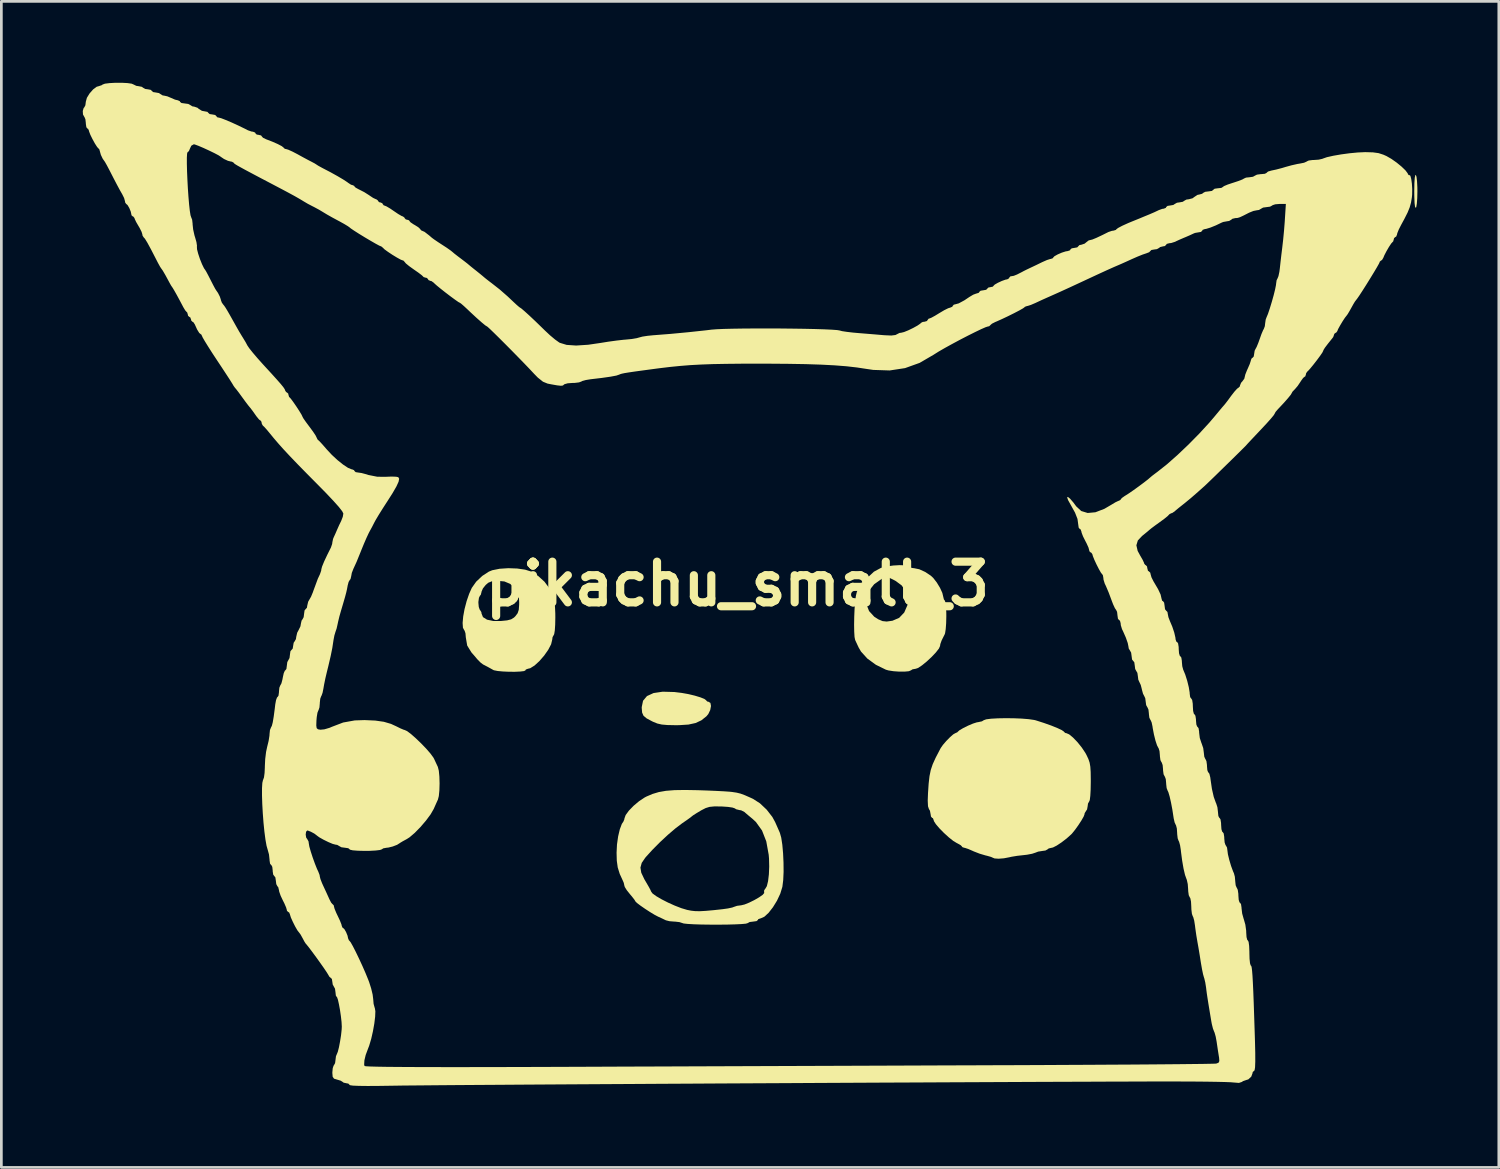
<source format=kicad_pcb>
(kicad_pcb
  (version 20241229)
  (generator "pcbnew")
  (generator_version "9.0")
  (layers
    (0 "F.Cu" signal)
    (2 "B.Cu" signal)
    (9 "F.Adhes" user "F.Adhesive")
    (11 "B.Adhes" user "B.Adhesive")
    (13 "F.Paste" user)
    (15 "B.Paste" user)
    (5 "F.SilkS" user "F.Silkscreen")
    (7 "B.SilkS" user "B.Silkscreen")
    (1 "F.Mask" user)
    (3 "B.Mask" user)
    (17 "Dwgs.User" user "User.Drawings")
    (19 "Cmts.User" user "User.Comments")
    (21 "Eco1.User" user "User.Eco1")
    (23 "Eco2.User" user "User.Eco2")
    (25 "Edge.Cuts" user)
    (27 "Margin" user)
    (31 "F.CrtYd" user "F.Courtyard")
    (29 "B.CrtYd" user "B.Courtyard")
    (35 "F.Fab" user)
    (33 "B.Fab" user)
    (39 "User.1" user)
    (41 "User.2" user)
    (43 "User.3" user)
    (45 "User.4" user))
  (footprint "pikachu_small_3"
    (layer "F.Cu")
    (at 24.124 18.467)
    (property "Reference" "pikachu_small_3" (at 0 0 0) (layer "F.SilkS") (effects (font (size 1.5 1.5) (thickness 0.3))))
    (attr board_only exclude_from_pos_files exclude_from_bom)
    (fp_poly (pts (xy 25.02 -15.002) (xy 25.039 -14.842) (xy 25.051 -14.618) (xy 25.053 -14.465) (xy 25.047 -14.214) (xy 25.032 -14.013) (xy 25.01 -13.886) (xy 24.995 -13.857) (xy 24.967 -13.894) (xy 24.948 -14.041) (xy 24.939 -14.292) (xy 24.937 -14.465) (xy 24.942 -14.768) (xy 24.956 -14.971) (xy 24.979 -15.067) (xy 24.995 -15.072)) (stroke (width 0) (type solid)) (fill yes) (layer "F.SilkS"))
    (fp_poly (pts (xy -2.325 3.982) (xy -2.054 4.015) (xy -1.812 4.058) (xy -1.574 4.115) (xy -1.369 4.177) (xy -1.221 4.236) (xy -1.158 4.283) (xy -1.157 4.287) (xy -1.11 4.334) (xy -1.07 4.339) (xy -0.997 4.384) (xy -0.976 4.497) (xy -1.004 4.644) (xy -1.075 4.793) (xy -1.143 4.875) (xy -1.331 5.025) (xy -1.544 5.124) (xy -1.807 5.181) (xy -2.148 5.203) (xy -2.298 5.204) (xy -2.583 5.198) (xy -2.789 5.18) (xy -2.951 5.143) (xy -3.105 5.081) (xy -3.15 5.059) (xy -3.348 4.953) (xy -3.462 4.857) (xy -3.514 4.74) (xy -3.528 4.57) (xy -3.528 4.538) (xy -3.48 4.304) (xy -3.335 4.131) (xy -3.093 4.02) (xy -2.756 3.97)) (stroke (width 0) (type solid)) (fill yes) (layer "F.SilkS"))
    (fp_poly (pts (xy 6.169 -0.687) (xy 6.301 -0.661) (xy 6.336 -0.636) (xy 6.415 -0.592) (xy 6.515 -0.579) (xy 6.7 -0.541) (xy 6.917 -0.442) (xy 7.119 -0.308) (xy 7.212 -0.223) (xy 7.344 -0.053) (xy 7.463 0.144) (xy 7.548 0.33) (xy 7.579 0.461) (xy 7.606 0.571) (xy 7.637 0.608) (xy 7.663 0.678) (xy 7.682 0.836) (xy 7.694 1.057) (xy 7.695 1.19) (xy 7.689 1.443) (xy 7.673 1.661) (xy 7.65 1.813) (xy 7.637 1.852) (xy 7.56 2.005) (xy 7.522 2.082) (xy 7.474 2.216) (xy 7.464 2.286) (xy 7.421 2.382) (xy 7.309 2.525) (xy 7.153 2.69) (xy 6.976 2.855) (xy 6.802 2.997) (xy 6.656 3.095) (xy 6.571 3.124) (xy 6.449 3.146) (xy 6.393 3.182) (xy 6.317 3.215) (xy 6.16 3.23) (xy 5.959 3.23) (xy 5.748 3.215) (xy 5.561 3.186) (xy 5.468 3.159) (xy 5.099 2.978) (xy 4.785 2.749) (xy 4.551 2.491) (xy 4.463 2.339) (xy 4.386 2.174) (xy 4.336 2.065) (xy 4.313 1.954) (xy 4.301 1.755) (xy 4.297 1.498) (xy 4.302 1.211) (xy 4.314 0.923) (xy 4.327 0.756) (xy 4.754 0.756) (xy 4.848 0.998) (xy 5.038 1.206) (xy 5.191 1.304) (xy 5.347 1.369) (xy 5.499 1.385) (xy 5.704 1.356) (xy 5.713 1.354) (xy 5.957 1.249) (xy 6.145 1.051) (xy 6.259 0.788) (xy 6.299 0.611) (xy 6.294 0.482) (xy 6.238 0.34) (xy 6.199 0.263) (xy 6.047 0.051) (xy 5.83 -0.109) (xy 5.781 -0.136) (xy 5.614 -0.219) (xy 5.507 -0.251) (xy 5.418 -0.237) (xy 5.312 -0.185) (xy 5.036 0.011) (xy 4.849 0.245) (xy 4.755 0.5) (xy 4.754 0.756) (xy 4.327 0.756) (xy 4.334 0.662) (xy 4.36 0.456) (xy 4.37 0.408) (xy 4.396 0.301) (xy 4.431 0.213) (xy 4.49 0.119) (xy 4.591 -0.005) (xy 4.749 -0.185) (xy 4.79 -0.231) (xy 5.026 -0.451) (xy 5.273 -0.585) (xy 5.322 -0.602) (xy 5.518 -0.649) (xy 5.745 -0.68) (xy 5.973 -0.693)) (stroke (width 0) (type solid)) (fill yes) (layer "F.SilkS"))
    (fp_poly (pts (xy -8.118 -0.569) (xy -7.826 -0.527) (xy -7.622 -0.463) (xy -7.347 -0.296) (xy -7.112 -0.083) (xy -6.936 0.153) (xy -6.839 0.387) (xy -6.827 0.491) (xy -6.808 0.6) (xy -6.769 0.636) (xy -6.743 0.692) (xy -6.724 0.847) (xy -6.713 1.085) (xy -6.712 1.241) (xy -6.717 1.501) (xy -6.731 1.711) (xy -6.753 1.845) (xy -6.769 1.88) (xy -6.814 1.96) (xy -6.827 2.056) (xy -6.867 2.222) (xy -6.973 2.425) (xy -7.123 2.639) (xy -7.298 2.841) (xy -7.476 3.004) (xy -7.637 3.105) (xy -7.72 3.124) (xy -7.8 3.154) (xy -7.811 3.182) (xy -7.864 3.21) (xy -8.003 3.227) (xy -8.199 3.236) (xy -8.422 3.235) (xy -8.645 3.225) (xy -8.837 3.207) (xy -8.97 3.181) (xy -8.997 3.17) (xy -9.131 3.095) (xy -9.2 3.057) (xy -9.33 2.989) (xy -9.372 2.968) (xy -9.464 2.899) (xy -9.581 2.781) (xy -9.599 2.76) (xy -9.709 2.63) (xy -9.795 2.532) (xy -9.803 2.523) (xy -9.959 2.27) (xy -10.01 1.971) (xy -10.023 1.817) (xy -10.056 1.718) (xy -10.067 1.707) (xy -10.116 1.614) (xy -10.128 1.437) (xy -10.107 1.2) (xy -10.057 0.926) (xy -9.996 0.694) (xy -9.547 0.694) (xy -9.533 0.847) (xy -9.499 0.945) (xy -9.489 0.955) (xy -9.438 1.037) (xy -9.431 1.089) (xy -9.378 1.222) (xy -9.228 1.316) (xy -8.995 1.365) (xy -8.717 1.365) (xy -8.49 1.342) (xy -8.341 1.304) (xy -8.236 1.239) (xy -8.182 1.186) (xy -8.101 1.078) (xy -8.059 0.953) (xy -8.045 0.768) (xy -8.044 0.677) (xy -8.054 0.455) (xy -8.089 0.308) (xy -8.159 0.196) (xy -8.178 0.174) (xy -8.376 -0.003) (xy -8.588 -0.092) (xy -8.844 -0.116) (xy -9.043 -0.101) (xy -9.182 -0.045) (xy -9.278 0.037) (xy -9.38 0.165) (xy -9.43 0.28) (xy -9.431 0.294) (xy -9.459 0.401) (xy -9.489 0.434) (xy -9.526 0.51) (xy -9.546 0.653) (xy -9.547 0.694) (xy -9.996 0.694) (xy -9.982 0.638) (xy -9.887 0.362) (xy -9.79 0.145) (xy -9.628 -0.084) (xy -9.404 -0.296) (xy -9.16 -0.455) (xy -9.034 -0.506) (xy -8.764 -0.56) (xy -8.445 -0.581)) (stroke (width 0) (type solid)) (fill yes) (layer "F.SilkS"))
    (fp_poly (pts (xy 10.179 4.949) (xy 10.472 4.961) (xy 10.731 4.982) (xy 10.931 5.011) (xy 10.993 5.026) (xy 11.286 5.12) (xy 11.557 5.216) (xy 11.785 5.308) (xy 11.95 5.386) (xy 12.03 5.442) (xy 12.035 5.453) (xy 12.081 5.492) (xy 12.116 5.497) (xy 12.221 5.542) (xy 12.365 5.661) (xy 12.528 5.83) (xy 12.686 6.027) (xy 12.819 6.226) (xy 12.861 6.304) (xy 12.93 6.451) (xy 12.975 6.583) (xy 13.001 6.732) (xy 13.014 6.928) (xy 13.018 7.2) (xy 13.018 7.298) (xy 13.013 7.583) (xy 13 7.811) (xy 12.981 7.962) (xy 12.96 8.013) (xy 12.915 8.093) (xy 12.903 8.187) (xy 12.881 8.308) (xy 12.845 8.361) (xy 12.793 8.444) (xy 12.787 8.486) (xy 12.755 8.572) (xy 12.672 8.717) (xy 12.559 8.89) (xy 12.437 9.06) (xy 12.327 9.196) (xy 12.296 9.228) (xy 12.126 9.38) (xy 11.938 9.524) (xy 11.761 9.641) (xy 11.625 9.71) (xy 11.58 9.72) (xy 11.467 9.746) (xy 11.427 9.778) (xy 11.348 9.822) (xy 11.246 9.836) (xy 11.08 9.862) (xy 10.981 9.9) (xy 10.857 9.941) (xy 10.668 9.977) (xy 10.537 9.992) (xy 10.311 10.017) (xy 10.098 10.052) (xy 10.01 10.072) (xy 9.814 10.109) (xy 9.622 10.124) (xy 9.474 10.114) (xy 9.416 10.091) (xy 9.343 10.058) (xy 9.2 10.017) (xy 9.14 10.003) (xy 8.924 9.939) (xy 8.7 9.852) (xy 8.662 9.834) (xy 8.502 9.765) (xy 8.378 9.724) (xy 8.35 9.72) (xy 8.28 9.694) (xy 8.274 9.677) (xy 8.226 9.627) (xy 8.11 9.561) (xy 8.086 9.55) (xy 7.952 9.469) (xy 7.785 9.336) (xy 7.607 9.174) (xy 7.441 9.005) (xy 7.311 8.853) (xy 7.239 8.741) (xy 7.232 8.712) (xy 7.202 8.632) (xy 7.174 8.621) (xy 7.13 8.572) (xy 7.117 8.488) (xy 7.091 8.355) (xy 7.053 8.291) (xy 7.02 8.191) (xy 7.01 7.983) (xy 7.02 7.715) (xy 7.044 7.358) (xy 7.075 7.083) (xy 7.122 6.854) (xy 7.195 6.638) (xy 7.303 6.401) (xy 7.456 6.108) (xy 7.488 6.047) (xy 7.57 5.93) (xy 7.692 5.788) (xy 7.827 5.65) (xy 7.948 5.543) (xy 8.027 5.497) (xy 8.031 5.497) (xy 8.105 5.462) (xy 8.11 5.453) (xy 8.178 5.392) (xy 8.319 5.309) (xy 8.497 5.221) (xy 8.676 5.145) (xy 8.82 5.099) (xy 8.869 5.092) (xy 9.007 5.062) (xy 9.075 5.02) (xy 9.165 4.988) (xy 9.345 4.965) (xy 9.591 4.951) (xy 9.877 4.946)) (stroke (width 0) (type solid)) (fill yes) (layer "F.SilkS"))
    (fp_poly (pts (xy -1.475 7.599) (xy -1.125 7.611) (xy -0.793 7.625) (xy -0.505 7.64) (xy -0.29 7.655) (xy -0.203 7.664) (xy -0.031 7.69) (xy 0.115 7.726) (xy 0.276 7.786) (xy 0.489 7.88) (xy 0.575 7.92) (xy 0.827 8.082) (xy 1.076 8.317) (xy 1.284 8.585) (xy 1.386 8.771) (xy 1.468 8.956) (xy 1.537 9.113) (xy 1.562 9.171) (xy 1.612 9.347) (xy 1.652 9.608) (xy 1.68 9.925) (xy 1.696 10.268) (xy 1.699 10.607) (xy 1.685 10.912) (xy 1.655 11.153) (xy 1.652 11.167) (xy 1.576 11.414) (xy 1.455 11.671) (xy 1.306 11.913) (xy 1.146 12.118) (xy 0.989 12.262) (xy 0.854 12.323) (xy 0.841 12.324) (xy 0.763 12.354) (xy 0.752 12.382) (xy 0.702 12.423) (xy 0.582 12.44) (xy 0.448 12.457) (xy 0.376 12.497) (xy 0.309 12.517) (xy 0.147 12.532) (xy -0.088 12.543) (xy -0.374 12.551) (xy -0.691 12.554) (xy -1.016 12.553) (xy -1.329 12.549) (xy -1.608 12.54) (xy -1.832 12.527) (xy -1.98 12.511) (xy -2.025 12.497) (xy -2.139 12.46) (xy -2.304 12.441) (xy -2.33 12.441) (xy -2.502 12.427) (xy -2.636 12.394) (xy -2.648 12.389) (xy -2.773 12.328) (xy -2.922 12.26) (xy -3.052 12.192) (xy -3.222 12.089) (xy -3.405 11.97) (xy -3.574 11.853) (xy -3.701 11.757) (xy -3.761 11.698) (xy -3.762 11.694) (xy -3.798 11.634) (xy -3.888 11.518) (xy -3.964 11.428) (xy -4.079 11.284) (xy -4.152 11.167) (xy -4.166 11.123) (xy -4.191 11.011) (xy -4.217 10.949) (xy -4.339 10.683) (xy -4.411 10.451) (xy -3.576 10.451) (xy -3.545 10.641) (xy -3.434 10.876) (xy -3.385 10.96) (xy -3.283 11.135) (xy -3.21 11.268) (xy -3.182 11.333) (xy -3.131 11.404) (xy -2.995 11.503) (xy -2.797 11.619) (xy -2.562 11.739) (xy -2.311 11.852) (xy -2.069 11.946) (xy -1.858 12.009) (xy -1.854 12.01) (xy -1.707 12.039) (xy -1.56 12.055) (xy -1.389 12.058) (xy -1.171 12.046) (xy -0.882 12.02) (xy -0.55 11.984) (xy -0.351 11.956) (xy -0.193 11.922) (xy -0.126 11.897) (xy -0.016 11.86) (xy 0.138 11.84) (xy 0.262 11.81) (xy 0.433 11.741) (xy 0.621 11.648) (xy 0.796 11.547) (xy 0.927 11.456) (xy 0.983 11.39) (xy 0.984 11.386) (xy 0.979 11.303) (xy 1.013 11.241) (xy 1.025 11.231) (xy 1.082 11.135) (xy 1.127 10.95) (xy 1.157 10.701) (xy 1.169 10.415) (xy 1.162 10.118) (xy 1.15 9.977) (xy 1.061 9.485) (xy 0.904 9.084) (xy 0.678 8.77) (xy 0.557 8.658) (xy 0.41 8.536) (xy 0.292 8.435) (xy 0.258 8.404) (xy 0.136 8.341) (xy 0.074 8.332) (xy -0.051 8.301) (xy -0.096 8.27) (xy -0.18 8.24) (xy -0.347 8.215) (xy -0.564 8.2) (xy -0.614 8.198) (xy -0.858 8.197) (xy -1.03 8.214) (xy -1.173 8.258) (xy -1.329 8.338) (xy -1.36 8.356) (xy -1.521 8.453) (xy -1.638 8.528) (xy -1.678 8.559) (xy -1.737 8.607) (xy -1.865 8.699) (xy -2.036 8.817) (xy -2.045 8.823) (xy -2.281 9.002) (xy -2.561 9.241) (xy -2.855 9.514) (xy -3.133 9.794) (xy -3.367 10.051) (xy -3.401 10.091) (xy -3.528 10.277) (xy -3.576 10.451) (xy -4.411 10.451) (xy -4.412 10.449) (xy -4.447 10.197) (xy -4.455 9.904) (xy -4.44 9.601) (xy -4.398 9.303) (xy -4.336 9.04) (xy -4.261 8.841) (xy -4.204 8.756) (xy -4.168 8.668) (xy -4.166 8.641) (xy -4.12 8.515) (xy -4 8.351) (xy -3.827 8.173) (xy -3.626 8.004) (xy -3.419 7.867) (xy -3.352 7.832) (xy -3.129 7.737) (xy -2.898 7.668) (xy -2.635 7.622) (xy -2.321 7.597) (xy -1.933 7.591)) (stroke (width 0) (type solid)) (fill yes) (layer "F.SilkS"))
    (fp_poly (pts (xy -22.478 -18.456) (xy -22.323 -18.434) (xy -22.262 -18.408) (xy -22.152 -18.354) (xy -22.065 -18.341) (xy -21.947 -18.318) (xy -21.9 -18.283) (xy -21.82 -18.239) (xy -21.723 -18.226) (xy -21.615 -18.205) (xy -21.581 -18.168) (xy -21.532 -18.124) (xy -21.44 -18.11) (xy -21.318 -18.088) (xy -21.263 -18.052) (xy -21.18 -18.001) (xy -21.13 -17.994) (xy -21.01 -17.968) (xy -20.866 -17.907) (xy -20.725 -17.846) (xy -20.62 -17.821) (xy -20.547 -17.787) (xy -20.54 -17.763) (xy -20.49 -17.722) (xy -20.37 -17.705) (xy -20.236 -17.687) (xy -20.164 -17.647) (xy -20.082 -17.597) (xy -20.023 -17.589) (xy -19.898 -17.547) (xy -19.846 -17.502) (xy -19.733 -17.433) (xy -19.636 -17.415) (xy -19.531 -17.395) (xy -19.498 -17.358) (xy -19.449 -17.314) (xy -19.354 -17.3) (xy -19.245 -17.28) (xy -19.209 -17.242) (xy -19.162 -17.192) (xy -19.112 -17.184) (xy -19.021 -17.16) (xy -18.853 -17.095) (xy -18.634 -17.002) (xy -18.39 -16.89) (xy -18.149 -16.773) (xy -18.038 -16.716) (xy -17.908 -16.671) (xy -17.85 -16.663) (xy -17.773 -16.632) (xy -17.763 -16.605) (xy -17.714 -16.558) (xy -17.647 -16.548) (xy -17.553 -16.526) (xy -17.531 -16.495) (xy -17.483 -16.441) (xy -17.372 -16.387) (xy -17.144 -16.299) (xy -16.943 -16.211) (xy -16.794 -16.133) (xy -16.724 -16.079) (xy -16.721 -16.071) (xy -16.675 -16.031) (xy -16.64 -16.027) (xy -16.55 -16) (xy -16.395 -15.93) (xy -16.22 -15.839) (xy -16.015 -15.726) (xy -15.823 -15.623) (xy -15.709 -15.564) (xy -15.582 -15.497) (xy -15.508 -15.45) (xy -15.506 -15.448) (xy -15.44 -15.406) (xy -15.312 -15.336) (xy -15.275 -15.316) (xy -14.996 -15.171) (xy -14.737 -15.027) (xy -14.524 -14.901) (xy -14.379 -14.806) (xy -14.344 -14.779) (xy -14.24 -14.711) (xy -14.185 -14.696) (xy -14.121 -14.667) (xy -14.118 -14.652) (xy -14.07 -14.603) (xy -13.953 -14.539) (xy -13.929 -14.528) (xy -13.75 -14.436) (xy -13.569 -14.321) (xy -13.557 -14.312) (xy -13.425 -14.224) (xy -13.326 -14.178) (xy -13.311 -14.175) (xy -13.252 -14.134) (xy -13.25 -14.118) (xy -13.203 -14.066) (xy -13.163 -14.06) (xy -13.086 -14.028) (xy -13.076 -14.002) (xy -13.031 -13.947) (xy -13.011 -13.944) (xy -12.932 -13.912) (xy -12.793 -13.83) (xy -12.663 -13.741) (xy -12.504 -13.633) (xy -12.378 -13.56) (xy -12.324 -13.539) (xy -12.268 -13.495) (xy -12.266 -13.481) (xy -12.219 -13.43) (xy -12.179 -13.423) (xy -12.102 -13.399) (xy -12.092 -13.379) (xy -12.046 -13.325) (xy -11.932 -13.248) (xy -11.89 -13.225) (xy -11.762 -13.145) (xy -11.692 -13.079) (xy -11.687 -13.067) (xy -11.643 -13.02) (xy -11.63 -13.018) (xy -11.531 -12.974) (xy -11.359 -12.841) (xy -11.262 -12.757) (xy -11.18 -12.696) (xy -11.034 -12.597) (xy -10.887 -12.501) (xy -10.713 -12.388) (xy -10.575 -12.291) (xy -10.511 -12.24) (xy -10.426 -12.168) (xy -10.288 -12.061) (xy -10.212 -12.004) (xy -10.063 -11.891) (xy -9.949 -11.802) (xy -9.916 -11.774) (xy -9.834 -11.705) (xy -9.701 -11.598) (xy -9.631 -11.543) (xy -9.488 -11.428) (xy -9.378 -11.337) (xy -9.348 -11.311) (xy -9.267 -11.244) (xy -9.132 -11.139) (xy -9.055 -11.081) (xy -8.759 -10.849) (xy -8.47 -10.596) (xy -8.262 -10.4) (xy -8.133 -10.28) (xy -8.041 -10.201) (xy -8.013 -10.183) (xy -7.957 -10.145) (xy -7.834 -10.039) (xy -7.66 -9.881) (xy -7.451 -9.684) (xy -7.223 -9.463) (xy -7.096 -9.339) (xy -6.907 -9.162) (xy -6.722 -9.007) (xy -6.575 -8.902) (xy -6.548 -8.886) (xy -6.296 -8.809) (xy -5.946 -8.785) (xy -5.501 -8.814) (xy -5.063 -8.878) (xy -4.764 -8.926) (xy -4.459 -8.968) (xy -4.196 -8.998) (xy -4.108 -9.005) (xy -3.893 -9.026) (xy -3.712 -9.057) (xy -3.616 -9.084) (xy -3.503 -9.114) (xy -3.314 -9.143) (xy -3.087 -9.166) (xy -3.067 -9.167) (xy -2.467 -9.214) (xy -1.811 -9.276) (xy -1.159 -9.346) (xy -0.955 -9.371) (xy -0.775 -9.385) (xy -0.51 -9.397) (xy -0.175 -9.405) (xy 0.216 -9.411) (xy 0.646 -9.414) (xy 1.1 -9.415) (xy 1.564 -9.413) (xy 2.021 -9.408) (xy 2.456 -9.402) (xy 2.854 -9.393) (xy 3.2 -9.382) (xy 3.478 -9.369) (xy 3.672 -9.355) (xy 3.769 -9.339) (xy 3.773 -9.337) (xy 3.856 -9.315) (xy 4.028 -9.289) (xy 4.26 -9.262) (xy 4.452 -9.245) (xy 4.756 -9.22) (xy 5.063 -9.195) (xy 5.327 -9.172) (xy 5.431 -9.164) (xy 5.668 -9.154) (xy 5.821 -9.173) (xy 5.862 -9.194) (xy 5.97 -9.249) (xy 6.036 -9.257) (xy 6.139 -9.283) (xy 6.297 -9.347) (xy 6.474 -9.433) (xy 6.633 -9.521) (xy 6.739 -9.594) (xy 6.76 -9.619) (xy 6.826 -9.655) (xy 6.89 -9.662) (xy 6.981 -9.688) (xy 7.001 -9.72) (xy 7.045 -9.776) (xy 7.062 -9.778) (xy 7.139 -9.807) (xy 7.28 -9.884) (xy 7.439 -9.981) (xy 7.616 -10.086) (xy 7.763 -10.159) (xy 7.841 -10.183) (xy 7.917 -10.215) (xy 7.927 -10.241) (xy 7.973 -10.293) (xy 8.007 -10.299) (xy 8.153 -10.339) (xy 8.364 -10.453) (xy 8.544 -10.574) (xy 8.686 -10.659) (xy 8.802 -10.702) (xy 8.818 -10.704) (xy 8.898 -10.733) (xy 8.91 -10.762) (xy 8.96 -10.805) (xy 9.055 -10.82) (xy 9.164 -10.839) (xy 9.2 -10.877) (xy 9.248 -10.924) (xy 9.315 -10.935) (xy 9.409 -10.955) (xy 9.431 -10.982) (xy 9.479 -11.031) (xy 9.596 -11.098) (xy 9.742 -11.165) (xy 9.876 -11.213) (xy 9.942 -11.225) (xy 10.006 -11.263) (xy 10.01 -11.282) (xy 10.056 -11.334) (xy 10.097 -11.34) (xy 10.18 -11.354) (xy 10.3 -11.402) (xy 10.485 -11.496) (xy 10.53 -11.521) (xy 10.639 -11.576) (xy 10.794 -11.65) (xy 10.82 -11.662) (xy 11.012 -11.753) (xy 11.217 -11.853) (xy 11.245 -11.866) (xy 11.402 -11.935) (xy 11.524 -11.974) (xy 11.548 -11.977) (xy 11.622 -12.004) (xy 11.63 -12.023) (xy 11.678 -12.075) (xy 11.798 -12.142) (xy 11.95 -12.208) (xy 12.094 -12.254) (xy 12.17 -12.266) (xy 12.253 -12.295) (xy 12.266 -12.324) (xy 12.316 -12.367) (xy 12.411 -12.382) (xy 12.519 -12.402) (xy 12.555 -12.44) (xy 12.603 -12.488) (xy 12.664 -12.497) (xy 12.792 -12.54) (xy 12.845 -12.584) (xy 12.94 -12.658) (xy 12.991 -12.671) (xy 13.072 -12.69) (xy 13.219 -12.75) (xy 13.446 -12.857) (xy 13.668 -12.968) (xy 13.796 -13.011) (xy 13.852 -13.018) (xy 13.939 -13.044) (xy 13.954 -13.062) (xy 14.02 -13.115) (xy 14.175 -13.197) (xy 14.395 -13.297) (xy 14.523 -13.35) (xy 14.696 -13.42) (xy 14.812 -13.467) (xy 14.96 -13.529) (xy 15.145 -13.605) (xy 15.188 -13.623) (xy 15.358 -13.696) (xy 15.494 -13.76) (xy 15.52 -13.773) (xy 15.649 -13.82) (xy 15.708 -13.828) (xy 15.785 -13.859) (xy 15.795 -13.886) (xy 15.845 -13.93) (xy 15.937 -13.944) (xy 16.059 -13.965) (xy 16.114 -14.002) (xy 16.194 -14.047) (xy 16.287 -14.06) (xy 16.408 -14.082) (xy 16.461 -14.118) (xy 16.541 -14.163) (xy 16.631 -14.175) (xy 16.768 -14.211) (xy 16.837 -14.262) (xy 16.949 -14.336) (xy 17.014 -14.349) (xy 17.122 -14.377) (xy 17.155 -14.407) (xy 17.233 -14.449) (xy 17.361 -14.465) (xy 17.481 -14.482) (xy 17.531 -14.523) (xy 17.581 -14.563) (xy 17.703 -14.58) (xy 17.705 -14.58) (xy 17.827 -14.593) (xy 17.878 -14.623) (xy 17.878 -14.624) (xy 17.929 -14.661) (xy 18.063 -14.717) (xy 18.252 -14.78) (xy 18.26 -14.782) (xy 18.454 -14.846) (xy 18.601 -14.903) (xy 18.668 -14.941) (xy 18.668 -14.941) (xy 18.74 -14.973) (xy 18.862 -14.985) (xy 18.994 -15.004) (xy 19.064 -15.043) (xy 19.141 -15.082) (xy 19.282 -15.101) (xy 19.299 -15.101) (xy 19.432 -15.114) (xy 19.497 -15.147) (xy 19.498 -15.153) (xy 19.549 -15.196) (xy 19.672 -15.232) (xy 19.686 -15.235) (xy 19.85 -15.27) (xy 20.064 -15.326) (xy 20.193 -15.365) (xy 20.415 -15.426) (xy 20.631 -15.475) (xy 20.728 -15.491) (xy 20.877 -15.521) (xy 20.97 -15.562) (xy 20.978 -15.57) (xy 21.051 -15.603) (xy 21.193 -15.621) (xy 21.238 -15.622) (xy 21.413 -15.634) (xy 21.551 -15.665) (xy 21.568 -15.673) (xy 21.718 -15.725) (xy 21.954 -15.778) (xy 22.243 -15.828) (xy 22.554 -15.87) (xy 22.858 -15.899) (xy 23.122 -15.911) (xy 23.14 -15.911) (xy 23.415 -15.903) (xy 23.621 -15.875) (xy 23.803 -15.816) (xy 23.914 -15.766) (xy 24.094 -15.663) (xy 24.287 -15.527) (xy 24.468 -15.379) (xy 24.613 -15.239) (xy 24.695 -15.13) (xy 24.706 -15.096) (xy 24.74 -15.061) (xy 24.756 -15.068) (xy 24.794 -15.039) (xy 24.826 -14.923) (xy 24.85 -14.75) (xy 24.862 -14.548) (xy 24.859 -14.346) (xy 24.849 -14.242) (xy 24.817 -14.05) (xy 24.768 -13.874) (xy 24.691 -13.684) (xy 24.572 -13.449) (xy 24.455 -13.233) (xy 24.368 -13.063) (xy 24.312 -12.925) (xy 24.301 -12.872) (xy 24.269 -12.796) (xy 24.243 -12.787) (xy 24.191 -12.74) (xy 24.185 -12.705) (xy 24.159 -12.618) (xy 24.142 -12.604) (xy 24.087 -12.543) (xy 24.003 -12.416) (xy 23.912 -12.259) (xy 23.834 -12.108) (xy 23.798 -12.02) (xy 23.748 -11.935) (xy 23.715 -11.919) (xy 23.665 -11.875) (xy 23.664 -11.863) (xy 23.635 -11.799) (xy 23.557 -11.661) (xy 23.443 -11.47) (xy 23.308 -11.249) (xy 23.166 -11.02) (xy 23.03 -10.806) (xy 22.914 -10.628) (xy 22.831 -10.509) (xy 22.802 -10.472) (xy 22.75 -10.404) (xy 22.695 -10.313) (xy 22.606 -10.153) (xy 22.55 -10.053) (xy 22.485 -9.944) (xy 22.449 -9.894) (xy 22.383 -9.81) (xy 22.293 -9.673) (xy 22.202 -9.52) (xy 22.13 -9.389) (xy 22.102 -9.317) (xy 22.059 -9.259) (xy 22.044 -9.257) (xy 21.988 -9.213) (xy 21.986 -9.197) (xy 21.953 -9.101) (xy 21.929 -9.067) (xy 21.754 -8.849) (xy 21.644 -8.704) (xy 21.591 -8.618) (xy 21.581 -8.587) (xy 21.548 -8.522) (xy 21.461 -8.396) (xy 21.343 -8.237) (xy 21.215 -8.073) (xy 21.098 -7.931) (xy 21.014 -7.839) (xy 20.99 -7.821) (xy 20.949 -7.754) (xy 20.945 -7.719) (xy 20.919 -7.645) (xy 20.899 -7.637) (xy 20.844 -7.592) (xy 20.763 -7.48) (xy 20.744 -7.449) (xy 20.641 -7.296) (xy 20.538 -7.175) (xy 20.53 -7.168) (xy 20.448 -7.082) (xy 20.424 -7.036) (xy 20.387 -6.972) (xy 20.286 -6.847) (xy 20.141 -6.682) (xy 19.969 -6.498) (xy 19.918 -6.445) (xy 19.827 -6.339) (xy 19.788 -6.265) (xy 19.788 -6.264) (xy 19.75 -6.206) (xy 19.647 -6.082) (xy 19.493 -5.91) (xy 19.303 -5.706) (xy 19.267 -5.668) (xy 19.074 -5.464) (xy 18.913 -5.293) (xy 18.799 -5.171) (xy 18.748 -5.114) (xy 18.747 -5.112) (xy 18.708 -5.071) (xy 18.601 -4.965) (xy 18.444 -4.809) (xy 18.251 -4.619) (xy 18.037 -4.41) (xy 17.82 -4.198) (xy 17.615 -3.997) (xy 17.436 -3.824) (xy 17.301 -3.694) (xy 17.225 -3.622) (xy 17.219 -3.616) (xy 17.142 -3.548) (xy 17.011 -3.431) (xy 16.893 -3.327) (xy 16.703 -3.162) (xy 16.504 -2.998) (xy 16.409 -2.922) (xy 16.26 -2.804) (xy 16.142 -2.706) (xy 16.11 -2.676) (xy 16.016 -2.613) (xy 15.978 -2.604) (xy 15.906 -2.563) (xy 15.902 -2.555) (xy 15.848 -2.499) (xy 15.725 -2.399) (xy 15.564 -2.281) (xy 15.392 -2.157) (xy 15.254 -2.054) (xy 15.184 -1.997) (xy 15.103 -1.927) (xy 14.971 -1.819) (xy 14.909 -1.769) (xy 14.752 -1.603) (xy 14.698 -1.425) (xy 14.745 -1.218) (xy 14.841 -1.041) (xy 14.927 -0.893) (xy 14.979 -0.781) (xy 14.985 -0.753) (xy 15.029 -0.696) (xy 15.043 -0.694) (xy 15.09 -0.646) (xy 15.101 -0.579) (xy 15.125 -0.485) (xy 15.159 -0.463) (xy 15.21 -0.415) (xy 15.221 -0.362) (xy 15.254 -0.245) (xy 15.327 -0.098) (xy 15.334 -0.087) (xy 15.497 0.19) (xy 15.591 0.391) (xy 15.622 0.527) (xy 15.622 0.53) (xy 15.648 0.619) (xy 15.68 0.636) (xy 15.72 0.687) (xy 15.738 0.808) (xy 15.738 0.81) (xy 15.754 0.932) (xy 15.795 0.984) (xy 15.795 0.984) (xy 15.843 1.032) (xy 15.853 1.095) (xy 15.879 1.226) (xy 15.934 1.369) (xy 16.02 1.571) (xy 16.093 1.789) (xy 16.136 1.975) (xy 16.143 2.044) (xy 16.171 2.127) (xy 16.2 2.141) (xy 16.235 2.192) (xy 16.256 2.323) (xy 16.258 2.401) (xy 16.27 2.556) (xy 16.299 2.65) (xy 16.316 2.662) (xy 16.354 2.712) (xy 16.374 2.838) (xy 16.374 2.865) (xy 16.389 3.033) (xy 16.425 3.164) (xy 16.428 3.169) (xy 16.499 3.34) (xy 16.571 3.568) (xy 16.629 3.804) (xy 16.661 3.999) (xy 16.663 4.047) (xy 16.68 4.17) (xy 16.72 4.224) (xy 16.721 4.224) (xy 16.754 4.276) (xy 16.775 4.409) (xy 16.779 4.513) (xy 16.789 4.678) (xy 16.816 4.783) (xy 16.837 4.802) (xy 16.873 4.854) (xy 16.893 4.982) (xy 16.895 5.034) (xy 16.908 5.179) (xy 16.94 5.259) (xy 16.953 5.265) (xy 16.99 5.316) (xy 17.01 5.443) (xy 17.011 5.482) (xy 17.035 5.678) (xy 17.094 5.857) (xy 17.098 5.865) (xy 17.161 6.047) (xy 17.184 6.223) (xy 17.2 6.365) (xy 17.238 6.449) (xy 17.242 6.451) (xy 17.279 6.527) (xy 17.299 6.671) (xy 17.3 6.715) (xy 17.312 6.859) (xy 17.341 6.938) (xy 17.352 6.943) (xy 17.388 6.995) (xy 17.421 7.127) (xy 17.433 7.218) (xy 17.482 7.554) (xy 17.549 7.847) (xy 17.626 8.061) (xy 17.637 8.082) (xy 17.684 8.228) (xy 17.705 8.407) (xy 17.705 8.415) (xy 17.719 8.55) (xy 17.754 8.619) (xy 17.763 8.621) (xy 17.797 8.673) (xy 17.818 8.804) (xy 17.821 8.881) (xy 17.832 9.037) (xy 17.861 9.13) (xy 17.878 9.142) (xy 17.915 9.193) (xy 17.935 9.321) (xy 17.936 9.37) (xy 17.95 9.524) (xy 17.983 9.623) (xy 17.994 9.633) (xy 18.038 9.713) (xy 18.052 9.817) (xy 18.071 9.962) (xy 18.121 10.168) (xy 18.188 10.393) (xy 18.261 10.591) (xy 18.292 10.66) (xy 18.326 10.786) (xy 18.341 10.954) (xy 18.341 10.96) (xy 18.357 11.104) (xy 18.394 11.192) (xy 18.399 11.196) (xy 18.434 11.271) (xy 18.455 11.417) (xy 18.457 11.488) (xy 18.469 11.642) (xy 18.498 11.734) (xy 18.515 11.745) (xy 18.553 11.796) (xy 18.572 11.922) (xy 18.573 11.95) (xy 18.597 12.147) (xy 18.654 12.35) (xy 18.659 12.362) (xy 18.713 12.552) (xy 18.744 12.778) (xy 18.746 12.852) (xy 18.757 13.014) (xy 18.784 13.116) (xy 18.804 13.134) (xy 18.833 13.188) (xy 18.853 13.336) (xy 18.862 13.555) (xy 18.862 13.597) (xy 18.868 13.812) (xy 18.885 13.974) (xy 18.909 14.055) (xy 18.917 14.06) (xy 18.933 14.079) (xy 18.948 14.142) (xy 18.962 14.258) (xy 18.976 14.435) (xy 18.99 14.681) (xy 19.005 15.006) (xy 19.021 15.416) (xy 19.038 15.922) (xy 19.058 16.53) (xy 19.068 16.851) (xy 19.078 17.28) (xy 19.079 17.598) (xy 19.071 17.81) (xy 19.054 17.918) (xy 19.039 17.936) (xy 18.985 17.983) (xy 18.978 18.027) (xy 18.932 18.153) (xy 18.825 18.254) (xy 18.733 18.283) (xy 18.623 18.321) (xy 18.589 18.348) (xy 18.477 18.385) (xy 18.274 18.369) (xy 18.165 18.36) (xy 17.954 18.352) (xy 17.652 18.345) (xy 17.274 18.339) (xy 16.83 18.335) (xy 16.336 18.333) (xy 15.802 18.332) (xy 15.333 18.332) (xy 14.585 18.335) (xy 13.765 18.337) (xy 12.879 18.341) (xy 11.934 18.344) (xy 10.936 18.348) (xy 9.891 18.353) (xy 8.806 18.358) (xy 7.688 18.363) (xy 6.541 18.369) (xy 5.374 18.374) (xy 4.192 18.38) (xy 3.001 18.386) (xy 1.809 18.393) (xy 0.621 18.399) (xy -0.556 18.405) (xy -1.715 18.412) (xy -2.851 18.418) (xy -3.957 18.425) (xy -5.027 18.431) (xy -6.054 18.437) (xy -7.031 18.443) (xy -7.953 18.449) (xy -8.813 18.455) (xy -9.604 18.46) (xy -10.321 18.465) (xy -10.957 18.47) (xy -11.505 18.475) (xy -11.959 18.479) (xy -12.312 18.482) (xy -12.559 18.486) (xy -12.628 18.487) (xy -13.183 18.495) (xy -13.624 18.498) (xy -13.952 18.494) (xy -14.17 18.485) (xy -14.278 18.469) (xy -14.291 18.459) (xy -14.339 18.41) (xy -14.403 18.399) (xy -14.512 18.376) (xy -14.547 18.349) (xy -14.621 18.303) (xy -14.753 18.263) (xy -14.866 18.229) (xy -14.916 18.16) (xy -14.928 18.02) (xy -14.928 17.999) (xy -14.914 17.844) (xy -14.881 17.745) (xy -14.87 17.734) (xy -14.827 17.655) (xy -14.812 17.539) (xy -14.795 17.402) (xy -14.763 17.326) (xy -14.727 17.238) (xy -14.684 17.069) (xy -14.643 16.853) (xy -14.607 16.625) (xy -14.585 16.418) (xy -14.58 16.31) (xy -14.589 16.14) (xy -14.613 15.927) (xy -14.646 15.7) (xy -14.685 15.488) (xy -14.722 15.321) (xy -14.755 15.227) (xy -14.767 15.217) (xy -14.799 15.167) (xy -14.812 15.047) (xy -14.83 14.913) (xy -14.87 14.841) (xy -14.914 14.761) (xy -14.928 14.664) (xy -14.945 14.557) (xy -14.976 14.523) (xy -15.035 14.476) (xy -15.084 14.392) (xy -15.137 14.306) (xy -15.24 14.153) (xy -15.377 13.959) (xy -15.529 13.747) (xy -15.678 13.545) (xy -15.805 13.377) (xy -15.893 13.269) (xy -15.911 13.25) (xy -15.955 13.182) (xy -16.021 13.058) (xy -16.027 13.047) (xy -16.098 12.919) (xy -16.153 12.844) (xy -16.155 12.842) (xy -16.215 12.765) (xy -16.299 12.62) (xy -16.385 12.448) (xy -16.456 12.29) (xy -16.489 12.184) (xy -16.49 12.176) (xy -16.522 12.101) (xy -16.548 12.092) (xy -16.6 12.046) (xy -16.605 12.014) (xy -16.631 11.922) (xy -16.697 11.769) (xy -16.75 11.664) (xy -16.833 11.488) (xy -16.885 11.339) (xy -16.895 11.283) (xy -16.922 11.173) (xy -16.953 11.138) (xy -16.994 11.06) (xy -17.01 10.932) (xy -17.028 10.812) (xy -17.068 10.762) (xy -17.107 10.711) (xy -17.126 10.586) (xy -17.126 10.559) (xy -17.141 10.425) (xy -17.176 10.358) (xy -17.184 10.357) (xy -17.223 10.306) (xy -17.242 10.181) (xy -17.242 10.158) (xy -17.263 9.965) (xy -17.31 9.796) (xy -17.353 9.645) (xy -17.394 9.413) (xy -17.432 9.122) (xy -17.465 8.794) (xy -17.491 8.45) (xy -17.51 8.11) (xy -17.52 7.796) (xy -17.52 7.53) (xy -17.508 7.331) (xy -17.483 7.222) (xy -17.477 7.213) (xy -17.447 7.128) (xy -17.425 6.962) (xy -17.415 6.747) (xy -17.415 6.715) (xy -17.402 6.451) (xy -17.37 6.189) (xy -17.328 5.994) (xy -17.277 5.787) (xy -17.246 5.594) (xy -17.242 5.528) (xy -17.227 5.383) (xy -17.19 5.291) (xy -17.157 5.227) (xy -17.124 5.099) (xy -17.089 4.89) (xy -17.049 4.587) (xy -17.032 4.441) (xy -17.003 4.281) (xy -16.966 4.181) (xy -16.947 4.166) (xy -16.912 4.115) (xy -16.895 3.99) (xy -16.895 3.967) (xy -16.881 3.824) (xy -16.848 3.74) (xy -16.844 3.736) (xy -16.805 3.664) (xy -16.767 3.519) (xy -16.753 3.443) (xy -16.719 3.288) (xy -16.678 3.195) (xy -16.66 3.182) (xy -16.621 3.132) (xy -16.605 3.012) (xy -16.588 2.878) (xy -16.548 2.806) (xy -16.506 2.728) (xy -16.49 2.6) (xy -16.473 2.48) (xy -16.432 2.43) (xy -16.388 2.381) (xy -16.374 2.289) (xy -16.353 2.166) (xy -16.316 2.112) (xy -16.27 2.031) (xy -16.258 1.946) (xy -16.223 1.795) (xy -16.173 1.703) (xy -16.104 1.561) (xy -16.087 1.464) (xy -16.061 1.348) (xy -16.027 1.302) (xy -15.985 1.224) (xy -15.969 1.096) (xy -15.952 0.976) (xy -15.911 0.926) (xy -15.865 0.877) (xy -15.853 0.8) (xy -15.819 0.654) (xy -15.778 0.583) (xy -15.713 0.47) (xy -15.645 0.305) (xy -15.63 0.26) (xy -15.463 -0.192) (xy -15.384 -0.361) (xy -15.34 -0.488) (xy -15.333 -0.544) (xy -15.306 -0.644) (xy -15.231 -0.827) (xy -15.115 -1.074) (xy -14.98 -1.344) (xy -14.935 -1.475) (xy -14.928 -1.533) (xy -14.902 -1.66) (xy -14.876 -1.722) (xy -14.818 -1.848) (xy -14.754 -1.996) (xy -14.674 -2.176) (xy -14.602 -2.323) (xy -14.543 -2.476) (xy -14.523 -2.595) (xy -14.565 -2.679) (xy -14.688 -2.837) (xy -14.889 -3.062) (xy -15.162 -3.351) (xy -15.463 -3.657) (xy -15.871 -4.069) (xy -16.208 -4.413) (xy -16.486 -4.703) (xy -16.717 -4.95) (xy -16.912 -5.168) (xy -17.085 -5.37) (xy -17.213 -5.526) (xy -17.339 -5.679) (xy -17.44 -5.791) (xy -17.488 -5.834) (xy -17.528 -5.901) (xy -17.531 -5.935) (xy -17.556 -6.01) (xy -17.575 -6.018) (xy -17.631 -6.062) (xy -17.721 -6.172) (xy -17.763 -6.231) (xy -17.865 -6.375) (xy -17.948 -6.484) (xy -17.966 -6.505) (xy -18.029 -6.582) (xy -18.135 -6.722) (xy -18.254 -6.885) (xy -18.374 -7.05) (xy -18.47 -7.175) (xy -18.519 -7.232) (xy -18.574 -7.309) (xy -18.578 -7.319) (xy -18.617 -7.384) (xy -18.708 -7.529) (xy -18.843 -7.736) (xy -19.009 -7.989) (xy -19.166 -8.225) (xy -19.349 -8.503) (xy -19.507 -8.751) (xy -19.63 -8.95) (xy -19.708 -9.085) (xy -19.73 -9.136) (xy -19.761 -9.197) (xy -19.774 -9.2) (xy -19.833 -9.249) (xy -19.911 -9.376) (xy -19.989 -9.548) (xy -19.994 -9.561) (xy -20.05 -9.646) (xy -20.084 -9.662) (xy -20.129 -9.709) (xy -20.135 -9.749) (xy -20.166 -9.826) (xy -20.193 -9.836) (xy -20.245 -9.882) (xy -20.251 -9.918) (xy -20.276 -10.004) (xy -20.294 -10.019) (xy -20.348 -10.079) (xy -20.421 -10.2) (xy -20.427 -10.212) (xy -20.547 -10.439) (xy -20.661 -10.65) (xy -20.756 -10.818) (xy -20.817 -10.919) (xy -20.829 -10.935) (xy -20.874 -11.002) (xy -20.943 -11.126) (xy -20.949 -11.138) (xy -21.076 -11.373) (xy -21.175 -11.543) (xy -21.235 -11.628) (xy -21.237 -11.63) (xy -21.278 -11.693) (xy -21.353 -11.829) (xy -21.429 -11.977) (xy -21.608 -12.324) (xy -21.742 -12.571) (xy -21.834 -12.721) (xy -21.885 -12.777) (xy -21.925 -12.844) (xy -21.928 -12.88) (xy -21.958 -12.976) (xy -22.032 -13.123) (xy -22.073 -13.192) (xy -22.159 -13.34) (xy -22.211 -13.452) (xy -22.218 -13.48) (xy -22.261 -13.537) (xy -22.276 -13.539) (xy -22.329 -13.585) (xy -22.333 -13.614) (xy -22.357 -13.723) (xy -22.411 -13.854) (xy -22.475 -13.962) (xy -22.522 -14.001) (xy -22.56 -14.05) (xy -22.569 -14.103) (xy -22.601 -14.22) (xy -22.674 -14.367) (xy -22.681 -14.378) (xy -22.755 -14.507) (xy -22.862 -14.706) (xy -22.984 -14.939) (xy -23.037 -15.043) (xy -23.148 -15.259) (xy -23.24 -15.433) (xy -23.27 -15.485) (xy -20.289 -15.485) (xy -20.282 -15.209) (xy -20.269 -14.9) (xy -20.252 -14.579) (xy -20.23 -14.266) (xy -20.206 -13.983) (xy -20.18 -13.749) (xy -20.154 -13.585) (xy -20.13 -13.513) (xy -20.094 -13.422) (xy -20.077 -13.272) (xy -20.077 -13.248) (xy -20.057 -13.062) (xy -20.008 -12.843) (xy -19.985 -12.769) (xy -19.936 -12.597) (xy -19.916 -12.464) (xy -19.919 -12.426) (xy -19.914 -12.332) (xy -19.872 -12.169) (xy -19.807 -11.974) (xy -19.731 -11.784) (xy -19.658 -11.634) (xy -19.614 -11.572) (xy -19.575 -11.509) (xy -19.502 -11.372) (xy -19.412 -11.196) (xy -19.32 -11.016) (xy -19.247 -10.88) (xy -19.209 -10.82) (xy -19.142 -10.723) (xy -19.074 -10.589) (xy -19.037 -10.478) (xy -19.036 -10.463) (xy -19 -10.367) (xy -18.955 -10.303) (xy -18.914 -10.253) (xy -18.866 -10.183) (xy -18.8 -10.075) (xy -18.706 -9.912) (xy -18.573 -9.675) (xy -18.469 -9.489) (xy -18.364 -9.304) (xy -18.264 -9.138) (xy -18.23 -9.084) (xy -18.128 -8.916) (xy -18.057 -8.784) (xy -17.989 -8.684) (xy -17.859 -8.521) (xy -17.685 -8.317) (xy -17.484 -8.092) (xy -17.451 -8.056) (xy -17.177 -7.758) (xy -16.973 -7.532) (xy -16.829 -7.368) (xy -16.736 -7.254) (xy -16.685 -7.178) (xy -16.665 -7.129) (xy -16.663 -7.116) (xy -16.619 -7.06) (xy -16.605 -7.059) (xy -16.553 -7.012) (xy -16.548 -6.977) (xy -16.522 -6.89) (xy -16.504 -6.876) (xy -16.454 -6.821) (xy -16.364 -6.699) (xy -16.255 -6.541) (xy -16.149 -6.378) (xy -16.066 -6.242) (xy -16.028 -6.163) (xy -16.027 -6.158) (xy -15.994 -6.099) (xy -15.907 -5.974) (xy -15.785 -5.81) (xy -15.767 -5.786) (xy -15.64 -5.614) (xy -15.547 -5.474) (xy -15.507 -5.394) (xy -15.506 -5.39) (xy -15.47 -5.318) (xy -15.463 -5.313) (xy -15.407 -5.263) (xy -15.298 -5.146) (xy -15.16 -4.988) (xy -15.138 -4.962) (xy -14.949 -4.759) (xy -14.74 -4.565) (xy -14.534 -4.4) (xy -14.353 -4.28) (xy -14.222 -4.225) (xy -14.204 -4.224) (xy -14.127 -4.192) (xy -14.118 -4.166) (xy -14.068 -4.12) (xy -13.987 -4.107) (xy -13.854 -4.088) (xy -13.672 -4.04) (xy -13.597 -4.015) (xy -13.269 -3.95) (xy -12.949 -3.949) (xy -12.743 -3.957) (xy -12.58 -3.951) (xy -12.499 -3.935) (xy -12.466 -3.877) (xy -12.488 -3.766) (xy -12.567 -3.593) (xy -12.708 -3.348) (xy -12.916 -3.022) (xy -12.925 -3.009) (xy -13.082 -2.765) (xy -13.225 -2.536) (xy -13.335 -2.351) (xy -13.386 -2.256) (xy -13.465 -2.101) (xy -13.531 -1.98) (xy -13.539 -1.967) (xy -13.592 -1.865) (xy -13.673 -1.691) (xy -13.764 -1.481) (xy -13.85 -1.272) (xy -13.884 -1.186) (xy -14.036 -0.812) (xy -14.152 -0.559) (xy -14.211 -0.408) (xy -14.233 -0.288) (xy -14.258 -0.181) (xy -14.285 -0.149) (xy -14.329 -0.074) (xy -14.365 0.062) (xy -14.366 0.072) (xy -14.387 0.186) (xy -14.416 0.314) (xy -14.46 0.479) (xy -14.526 0.707) (xy -14.608 0.984) (xy -14.668 1.195) (xy -14.715 1.389) (xy -14.733 1.475) (xy -14.771 1.643) (xy -14.813 1.765) (xy -14.853 1.898) (xy -14.887 2.077) (xy -14.892 2.112) (xy -14.929 2.356) (xy -14.989 2.653) (xy -15.076 3.026) (xy -15.129 3.24) (xy -15.185 3.477) (xy -15.232 3.707) (xy -15.256 3.848) (xy -15.288 4.008) (xy -15.328 4.119) (xy -15.338 4.134) (xy -15.373 4.225) (xy -15.39 4.375) (xy -15.39 4.397) (xy -15.404 4.551) (xy -15.438 4.653) (xy -15.444 4.661) (xy -15.477 4.745) (xy -15.503 4.905) (xy -15.514 5.034) (xy -15.52 5.216) (xy -15.506 5.313) (xy -15.458 5.355) (xy -15.369 5.371) (xy -15.222 5.357) (xy -15.032 5.301) (xy -14.938 5.261) (xy -14.529 5.105) (xy -14.101 5.028) (xy -13.741 5.016) (xy -13.344 5.034) (xy -13.029 5.079) (xy -12.767 5.156) (xy -12.578 5.243) (xy -12.418 5.322) (xy -12.299 5.372) (xy -12.264 5.381) (xy -12.174 5.422) (xy -12.03 5.53) (xy -11.852 5.687) (xy -11.66 5.871) (xy -11.475 6.063) (xy -11.318 6.243) (xy -11.209 6.391) (xy -11.181 6.44) (xy -11.101 6.613) (xy -11.04 6.742) (xy -11.005 6.883) (xy -10.984 7.099) (xy -10.977 7.352) (xy -10.984 7.604) (xy -11.005 7.816) (xy -11.038 7.945) (xy -11.1 8.081) (xy -11.178 8.256) (xy -11.194 8.292) (xy -11.306 8.487) (xy -11.477 8.718) (xy -11.68 8.955) (xy -11.891 9.171) (xy -12.083 9.335) (xy -12.186 9.401) (xy -12.33 9.479) (xy -12.425 9.536) (xy -12.44 9.547) (xy -12.543 9.612) (xy -12.704 9.674) (xy -12.867 9.714) (xy -12.931 9.72) (xy -13.052 9.742) (xy -13.105 9.778) (xy -13.175 9.803) (xy -13.336 9.822) (xy -13.56 9.834) (xy -13.716 9.836) (xy -13.984 9.83) (xy -14.177 9.815) (xy -14.279 9.791) (xy -14.291 9.778) (xy -14.341 9.737) (xy -14.461 9.72) (xy -14.595 9.702) (xy -14.667 9.662) (xy -14.749 9.614) (xy -14.813 9.605) (xy -14.915 9.578) (xy -15.075 9.511) (xy -15.254 9.423) (xy -15.41 9.335) (xy -15.503 9.267) (xy -15.506 9.263) (xy -15.591 9.199) (xy -15.719 9.13) (xy -15.83 9.087) (xy -15.853 9.084) (xy -15.897 9.131) (xy -15.91 9.236) (xy -15.892 9.346) (xy -15.853 9.402) (xy -15.807 9.483) (xy -15.795 9.563) (xy -15.776 9.675) (xy -15.724 9.858) (xy -15.652 10.08) (xy -15.571 10.305) (xy -15.494 10.498) (xy -15.445 10.602) (xy -15.398 10.725) (xy -15.39 10.779) (xy -15.367 10.872) (xy -15.307 11.027) (xy -15.255 11.141) (xy -15.16 11.345) (xy -15.072 11.539) (xy -15.038 11.615) (xy -14.973 11.74) (xy -14.92 11.802) (xy -14.913 11.803) (xy -14.873 11.85) (xy -14.87 11.88) (xy -14.845 11.972) (xy -14.781 12.126) (xy -14.725 12.242) (xy -14.645 12.413) (xy -14.592 12.548) (xy -14.581 12.599) (xy -14.553 12.666) (xy -14.537 12.672) (xy -14.485 12.719) (xy -14.421 12.831) (xy -14.368 12.961) (xy -14.349 13.054) (xy -14.316 13.134) (xy -14.301 13.144) (xy -14.253 13.204) (xy -14.171 13.349) (xy -14.065 13.557) (xy -13.945 13.806) (xy -13.821 14.074) (xy -13.705 14.339) (xy -13.607 14.579) (xy -13.573 14.668) (xy -13.498 14.903) (xy -13.444 15.127) (xy -13.423 15.293) (xy -13.423 15.294) (xy -13.408 15.471) (xy -13.369 15.613) (xy -13.363 15.626) (xy -13.343 15.744) (xy -13.351 15.945) (xy -13.382 16.2) (xy -13.432 16.48) (xy -13.495 16.758) (xy -13.568 17.005) (xy -13.624 17.153) (xy -13.7 17.357) (xy -13.747 17.554) (xy -13.756 17.707) (xy -13.742 17.762) (xy -13.686 17.772) (xy -13.531 17.78) (xy -13.276 17.787) (xy -12.917 17.793) (xy -12.455 17.797) (xy -11.888 17.8) (xy -11.214 17.802) (xy -10.431 17.803) (xy -9.538 17.802) (xy -8.534 17.8) (xy -7.418 17.797) (xy -6.346 17.793) (xy -5.313 17.789) (xy -4.182 17.784) (xy -2.969 17.78) (xy -1.692 17.775) (xy -0.368 17.77) (xy 0.987 17.765) (xy 2.355 17.76) (xy 3.719 17.755) (xy 5.061 17.75) (xy 6.365 17.745) (xy 7.614 17.74) (xy 8.791 17.736) (xy 9.257 17.734) (xy 10.227 17.731) (xy 11.166 17.727) (xy 12.068 17.722) (xy 12.926 17.718) (xy 13.734 17.713) (xy 14.485 17.709) (xy 15.172 17.704) (xy 15.789 17.699) (xy 16.328 17.694) (xy 16.784 17.689) (xy 17.15 17.685) (xy 17.42 17.68) (xy 17.585 17.676) (xy 17.64 17.673) (xy 17.724 17.642) (xy 17.755 17.58) (xy 17.745 17.45) (xy 17.736 17.398) (xy 17.702 17.185) (xy 17.666 16.942) (xy 17.655 16.866) (xy 17.621 16.68) (xy 17.58 16.534) (xy 17.561 16.49) (xy 17.52 16.384) (xy 17.477 16.213) (xy 17.459 16.114) (xy 17.397 15.742) (xy 17.351 15.462) (xy 17.318 15.253) (xy 17.294 15.094) (xy 17.277 14.964) (xy 17.266 14.87) (xy 17.236 14.682) (xy 17.199 14.528) (xy 17.187 14.494) (xy 17.155 14.381) (xy 17.116 14.193) (xy 17.077 13.967) (xy 17.073 13.944) (xy 17.031 13.675) (xy 16.985 13.399) (xy 16.948 13.192) (xy 16.906 12.944) (xy 16.869 12.684) (xy 16.857 12.584) (xy 16.829 12.406) (xy 16.793 12.275) (xy 16.774 12.24) (xy 16.744 12.154) (xy 16.725 11.996) (xy 16.721 11.882) (xy 16.711 11.704) (xy 16.685 11.578) (xy 16.663 11.543) (xy 16.628 11.468) (xy 16.608 11.321) (xy 16.605 11.246) (xy 16.591 11.058) (xy 16.556 10.901) (xy 16.542 10.866) (xy 16.49 10.721) (xy 16.435 10.486) (xy 16.384 10.188) (xy 16.34 9.853) (xy 16.336 9.807) (xy 16.308 9.629) (xy 16.272 9.498) (xy 16.253 9.463) (xy 16.22 9.374) (xy 16.202 9.22) (xy 16.2 9.171) (xy 16.189 9.008) (xy 16.159 8.895) (xy 16.149 8.878) (xy 16.108 8.789) (xy 16.073 8.637) (xy 16.066 8.592) (xy 16.024 8.317) (xy 15.974 8.053) (xy 15.923 7.829) (xy 15.876 7.671) (xy 15.847 7.611) (xy 15.813 7.521) (xy 15.796 7.37) (xy 15.795 7.34) (xy 15.781 7.19) (xy 15.746 7.096) (xy 15.738 7.088) (xy 15.7 7.012) (xy 15.681 6.868) (xy 15.68 6.827) (xy 15.666 6.674) (xy 15.632 6.577) (xy 15.622 6.567) (xy 15.584 6.491) (xy 15.565 6.348) (xy 15.564 6.315) (xy 15.55 6.158) (xy 15.517 6.053) (xy 15.509 6.043) (xy 15.459 5.947) (xy 15.401 5.771) (xy 15.345 5.547) (xy 15.3 5.31) (xy 15.292 5.25) (xy 15.26 5.101) (xy 15.219 5.009) (xy 15.211 5.001) (xy 15.176 4.927) (xy 15.159 4.789) (xy 15.159 4.773) (xy 15.143 4.63) (xy 15.105 4.545) (xy 15.101 4.542) (xy 15.058 4.463) (xy 15.043 4.348) (xy 15.025 4.21) (xy 14.989 4.134) (xy 14.942 4.043) (xy 14.902 3.895) (xy 14.899 3.877) (xy 14.86 3.725) (xy 14.814 3.625) (xy 14.809 3.619) (xy 14.768 3.524) (xy 14.754 3.406) (xy 14.735 3.276) (xy 14.696 3.211) (xy 14.654 3.133) (xy 14.638 3.005) (xy 14.621 2.885) (xy 14.58 2.835) (xy 14.539 2.785) (xy 14.523 2.665) (xy 14.505 2.531) (xy 14.465 2.459) (xy 14.416 2.377) (xy 14.407 2.313) (xy 14.38 2.178) (xy 14.309 1.975) (xy 14.205 1.739) (xy 14.168 1.664) (xy 14.124 1.518) (xy 14.118 1.447) (xy 14.093 1.353) (xy 14.06 1.331) (xy 14.019 1.281) (xy 14.002 1.161) (xy 13.987 1.029) (xy 13.953 0.96) (xy 13.906 0.892) (xy 13.841 0.751) (xy 13.803 0.653) (xy 13.678 0.318) (xy 13.574 0.073) (xy 13.532 -0.014) (xy 13.487 -0.16) (xy 13.481 -0.226) (xy 13.462 -0.328) (xy 13.438 -0.357) (xy 13.391 -0.417) (xy 13.316 -0.548) (xy 13.23 -0.717) (xy 13.15 -0.889) (xy 13.094 -1.029) (xy 13.076 -1.096) (xy 13.034 -1.155) (xy 13.018 -1.157) (xy 12.967 -1.204) (xy 12.96 -1.242) (xy 12.934 -1.339) (xy 12.865 -1.492) (xy 12.816 -1.586) (xy 12.732 -1.753) (xy 12.68 -1.889) (xy 12.671 -1.935) (xy 12.641 -2.014) (xy 12.613 -2.025) (xy 12.572 -2.075) (xy 12.555 -2.196) (xy 12.528 -2.396) (xy 12.438 -2.627) (xy 12.283 -2.906) (xy 12.181 -3.09) (xy 12.147 -3.19) (xy 12.174 -3.207) (xy 12.253 -3.144) (xy 12.376 -3.002) (xy 12.482 -2.859) (xy 12.667 -2.687) (xy 12.904 -2.615) (xy 13.19 -2.642) (xy 13.518 -2.768) (xy 13.778 -2.92) (xy 13.924 -3.008) (xy 14.033 -3.06) (xy 14.058 -3.067) (xy 14.116 -3.101) (xy 14.118 -3.112) (xy 14.163 -3.167) (xy 14.275 -3.246) (xy 14.306 -3.264) (xy 14.423 -3.339) (xy 14.592 -3.456) (xy 14.785 -3.595) (xy 14.972 -3.734) (xy 15.124 -3.852) (xy 15.212 -3.928) (xy 15.217 -3.932) (xy 15.277 -3.983) (xy 15.398 -4.075) (xy 15.477 -4.134) (xy 15.822 -4.407) (xy 16.21 -4.749) (xy 16.617 -5.136) (xy 17.018 -5.543) (xy 17.387 -5.945) (xy 17.596 -6.191) (xy 17.741 -6.366) (xy 17.858 -6.506) (xy 17.928 -6.586) (xy 17.937 -6.596) (xy 17.985 -6.655) (xy 18.08 -6.779) (xy 18.189 -6.929) (xy 18.31 -7.085) (xy 18.409 -7.194) (xy 18.462 -7.232) (xy 18.51 -7.279) (xy 18.515 -7.312) (xy 18.556 -7.413) (xy 18.602 -7.464) (xy 18.675 -7.564) (xy 18.688 -7.618) (xy 18.712 -7.718) (xy 18.773 -7.872) (xy 18.804 -7.94) (xy 18.874 -8.101) (xy 18.915 -8.226) (xy 18.92 -8.256) (xy 18.955 -8.325) (xy 18.978 -8.332) (xy 19.022 -8.381) (xy 19.036 -8.465) (xy 19.056 -8.594) (xy 19.085 -8.653) (xy 19.13 -8.735) (xy 19.193 -8.889) (xy 19.242 -9.026) (xy 19.307 -9.209) (xy 19.366 -9.347) (xy 19.394 -9.399) (xy 19.431 -9.497) (xy 19.441 -9.588) (xy 19.463 -9.742) (xy 19.493 -9.822) (xy 19.547 -9.952) (xy 19.615 -10.154) (xy 19.688 -10.394) (xy 19.757 -10.64) (xy 19.811 -10.859) (xy 19.842 -11.015) (xy 19.846 -11.057) (xy 19.865 -11.19) (xy 19.898 -11.256) (xy 19.933 -11.341) (xy 19.967 -11.501) (xy 19.984 -11.63) (xy 20.008 -11.85) (xy 20.04 -12.127) (xy 20.074 -12.401) (xy 20.075 -12.411) (xy 20.107 -12.691) (xy 20.139 -13.026) (xy 20.165 -13.354) (xy 20.17 -13.438) (xy 20.206 -14.002) (xy 19.971 -14.002) (xy 19.815 -13.989) (xy 19.714 -13.956) (xy 19.701 -13.944) (xy 19.623 -13.902) (xy 19.498 -13.886) (xy 19.366 -13.868) (xy 19.296 -13.828) (xy 19.215 -13.78) (xy 19.142 -13.77) (xy 19.011 -13.744) (xy 18.852 -13.68) (xy 18.842 -13.675) (xy 18.644 -13.574) (xy 18.518 -13.515) (xy 18.434 -13.488) (xy 18.361 -13.481) (xy 18.345 -13.481) (xy 18.234 -13.455) (xy 18.197 -13.423) (xy 18.115 -13.375) (xy 18.048 -13.365) (xy 17.897 -13.338) (xy 17.834 -13.312) (xy 17.628 -13.213) (xy 17.428 -13.132) (xy 17.271 -13.084) (xy 17.219 -13.076) (xy 17.138 -13.047) (xy 17.126 -13.018) (xy 17.078 -12.971) (xy 17.01 -12.96) (xy 16.858 -12.934) (xy 16.793 -12.907) (xy 16.676 -12.852) (xy 16.51 -12.78) (xy 16.461 -12.76) (xy 16.291 -12.687) (xy 16.154 -12.624) (xy 16.129 -12.61) (xy 15.983 -12.563) (xy 15.912 -12.555) (xy 15.818 -12.531) (xy 15.795 -12.497) (xy 15.747 -12.45) (xy 15.683 -12.44) (xy 15.572 -12.413) (xy 15.535 -12.382) (xy 15.455 -12.337) (xy 15.358 -12.324) (xy 15.251 -12.306) (xy 15.217 -12.272) (xy 15.168 -12.223) (xy 15.06 -12.181) (xy 14.928 -12.137) (xy 14.734 -12.059) (xy 14.525 -11.967) (xy 14.319 -11.873) (xy 14.142 -11.794) (xy 14.032 -11.746) (xy 14.031 -11.746) (xy 13.877 -11.68) (xy 13.622 -11.566) (xy 13.269 -11.404) (xy 12.822 -11.196) (xy 12.758 -11.166) (xy 12.265 -10.937) (xy 11.856 -10.75) (xy 11.509 -10.595) (xy 11.427 -10.559) (xy 11.213 -10.463) (xy 10.994 -10.361) (xy 10.968 -10.349) (xy 10.811 -10.282) (xy 10.693 -10.244) (xy 10.669 -10.241) (xy 10.588 -10.211) (xy 10.579 -10.198) (xy 10.521 -10.155) (xy 10.383 -10.077) (xy 10.191 -9.977) (xy 9.97 -9.867) (xy 9.746 -9.761) (xy 9.543 -9.67) (xy 9.503 -9.654) (xy 9.378 -9.591) (xy 9.317 -9.538) (xy 9.315 -9.533) (xy 9.269 -9.493) (xy 9.234 -9.489) (xy 9.147 -9.462) (xy 8.98 -9.389) (xy 8.753 -9.28) (xy 8.485 -9.146) (xy 8.197 -8.997) (xy 7.91 -8.843) (xy 7.643 -8.696) (xy 7.416 -8.565) (xy 7.25 -8.461) (xy 7.232 -8.449) (xy 6.712 -8.146) (xy 6.174 -7.953) (xy 5.608 -7.867) (xy 5.002 -7.887) (xy 4.744 -7.925) (xy 4.4 -7.977) (xy 4.017 -8.021) (xy 3.583 -8.055) (xy 3.087 -8.081) (xy 2.516 -8.1) (xy 1.858 -8.111) (xy 1.101 -8.117) (xy 0.81 -8.117) (xy 0.147 -8.116) (xy -0.419 -8.11) (xy -0.908 -8.101) (xy -1.34 -8.085) (xy -1.732 -8.064) (xy -2.105 -8.034) (xy -2.478 -7.997) (xy -2.87 -7.95) (xy -3.038 -7.928) (xy -3.454 -7.872) (xy -3.77 -7.829) (xy -4.001 -7.795) (xy -4.161 -7.769) (xy -4.264 -7.747) (xy -4.326 -7.728) (xy -4.354 -7.715) (xy -4.463 -7.678) (xy -4.682 -7.637) (xy -5.003 -7.591) (xy -5.41 -7.543) (xy -5.588 -7.514) (xy -5.719 -7.478) (xy -5.754 -7.458) (xy -5.841 -7.427) (xy -5.998 -7.408) (xy -6.083 -7.406) (xy -6.253 -7.394) (xy -6.371 -7.362) (xy -6.397 -7.343) (xy -6.433 -7.312) (xy -6.507 -7.303) (xy -6.64 -7.317) (xy -6.853 -7.354) (xy -6.999 -7.383) (xy -7.167 -7.452) (xy -7.357 -7.603) (xy -7.491 -7.74) (xy -7.65 -7.91) (xy -7.85 -8.119) (xy -8.077 -8.352) (xy -8.316 -8.596) (xy -8.554 -8.836) (xy -8.776 -9.058) (xy -8.968 -9.247) (xy -9.117 -9.391) (xy -9.208 -9.474) (xy -9.23 -9.489) (xy -9.293 -9.528) (xy -9.425 -9.637) (xy -9.614 -9.804) (xy -9.846 -10.019) (xy -9.942 -10.111) (xy -10.081 -10.24) (xy -10.184 -10.329) (xy -10.225 -10.357) (xy -10.286 -10.39) (xy -10.412 -10.478) (xy -10.579 -10.601) (xy -10.763 -10.741) (xy -10.939 -10.88) (xy -11.083 -10.998) (xy -11.171 -11.077) (xy -11.184 -11.093) (xy -11.276 -11.16) (xy -11.314 -11.167) (xy -11.389 -11.199) (xy -11.398 -11.225) (xy -11.445 -11.277) (xy -11.48 -11.282) (xy -11.567 -11.308) (xy -11.581 -11.326) (xy -11.636 -11.378) (xy -11.761 -11.473) (xy -11.929 -11.59) (xy -11.933 -11.593) (xy -12.099 -11.712) (xy -12.218 -11.81) (xy -12.266 -11.867) (xy -12.266 -11.868) (xy -12.311 -11.917) (xy -12.327 -11.919) (xy -12.407 -11.949) (xy -12.547 -12.026) (xy -12.715 -12.128) (xy -12.879 -12.237) (xy -13.007 -12.33) (xy -13.066 -12.389) (xy -13.066 -12.389) (xy -13.128 -12.439) (xy -13.135 -12.44) (xy -13.203 -12.468) (xy -13.343 -12.544) (xy -13.53 -12.652) (xy -13.739 -12.776) (xy -13.945 -12.902) (xy -14.122 -13.015) (xy -14.247 -13.099) (xy -14.291 -13.136) (xy -14.353 -13.181) (xy -14.49 -13.264) (xy -14.676 -13.367) (xy -14.718 -13.389) (xy -14.933 -13.505) (xy -15.126 -13.614) (xy -15.26 -13.695) (xy -15.268 -13.7) (xy -15.42 -13.791) (xy -15.606 -13.891) (xy -15.651 -13.913) (xy -15.833 -14.008) (xy -15.996 -14.104) (xy -16.028 -14.124) (xy -16.138 -14.19) (xy -16.322 -14.295) (xy -16.554 -14.421) (xy -16.751 -14.526) (xy -17.226 -14.776) (xy -17.609 -14.977) (xy -17.909 -15.136) (xy -18.138 -15.258) (xy -18.304 -15.349) (xy -18.419 -15.413) (xy -18.492 -15.457) (xy -18.534 -15.486) (xy -18.554 -15.506) (xy -18.563 -15.521) (xy -18.63 -15.56) (xy -18.665 -15.564) (xy -18.776 -15.592) (xy -18.919 -15.658) (xy -19.029 -15.732) (xy -19.036 -15.738) (xy -19.117 -15.792) (xy -19.272 -15.874) (xy -19.468 -15.969) (xy -19.674 -16.064) (xy -19.859 -16.143) (xy -19.992 -16.192) (xy -20.032 -16.201) (xy -20.124 -16.149) (xy -20.169 -16.056) (xy -20.215 -15.947) (xy -20.262 -15.911) (xy -20.28 -15.857) (xy -20.289 -15.708) (xy -20.289 -15.485) (xy -23.27 -15.485) (xy -23.301 -15.541) (xy -23.316 -15.564) (xy -23.389 -15.668) (xy -23.457 -15.81) (xy -23.49 -15.927) (xy -23.491 -15.934) (xy -23.518 -16.021) (xy -23.537 -16.037) (xy -23.594 -16.099) (xy -23.678 -16.23) (xy -23.768 -16.394) (xy -23.846 -16.553) (xy -23.891 -16.672) (xy -23.896 -16.7) (xy -23.929 -16.772) (xy -23.954 -16.779) (xy -23.992 -16.83) (xy -24.011 -16.954) (xy -24.011 -16.978) (xy -24.027 -17.122) (xy -24.064 -17.209) (xy -24.069 -17.213) (xy -24.116 -17.298) (xy -24.124 -17.427) (xy -24.092 -17.537) (xy -24.069 -17.56) (xy -24.028 -17.638) (xy -24.011 -17.772) (xy -23.972 -17.914) (xy -23.872 -18.076) (xy -23.742 -18.223) (xy -23.61 -18.321) (xy -23.537 -18.341) (xy -23.424 -18.379) (xy -23.396 -18.401) (xy -23.307 -18.434) (xy -23.136 -18.455) (xy -22.919 -18.467) (xy -22.688 -18.467)) (stroke (width 0) (type solid)) (fill yes) (layer "F.SilkS")))
  (gr_rect
    (start -3 -3)
    (end 52.177 39.965)
    (stroke (width 0.1) (type default))
    (fill no)
    (layer "Edge.Cuts")))
</source>
